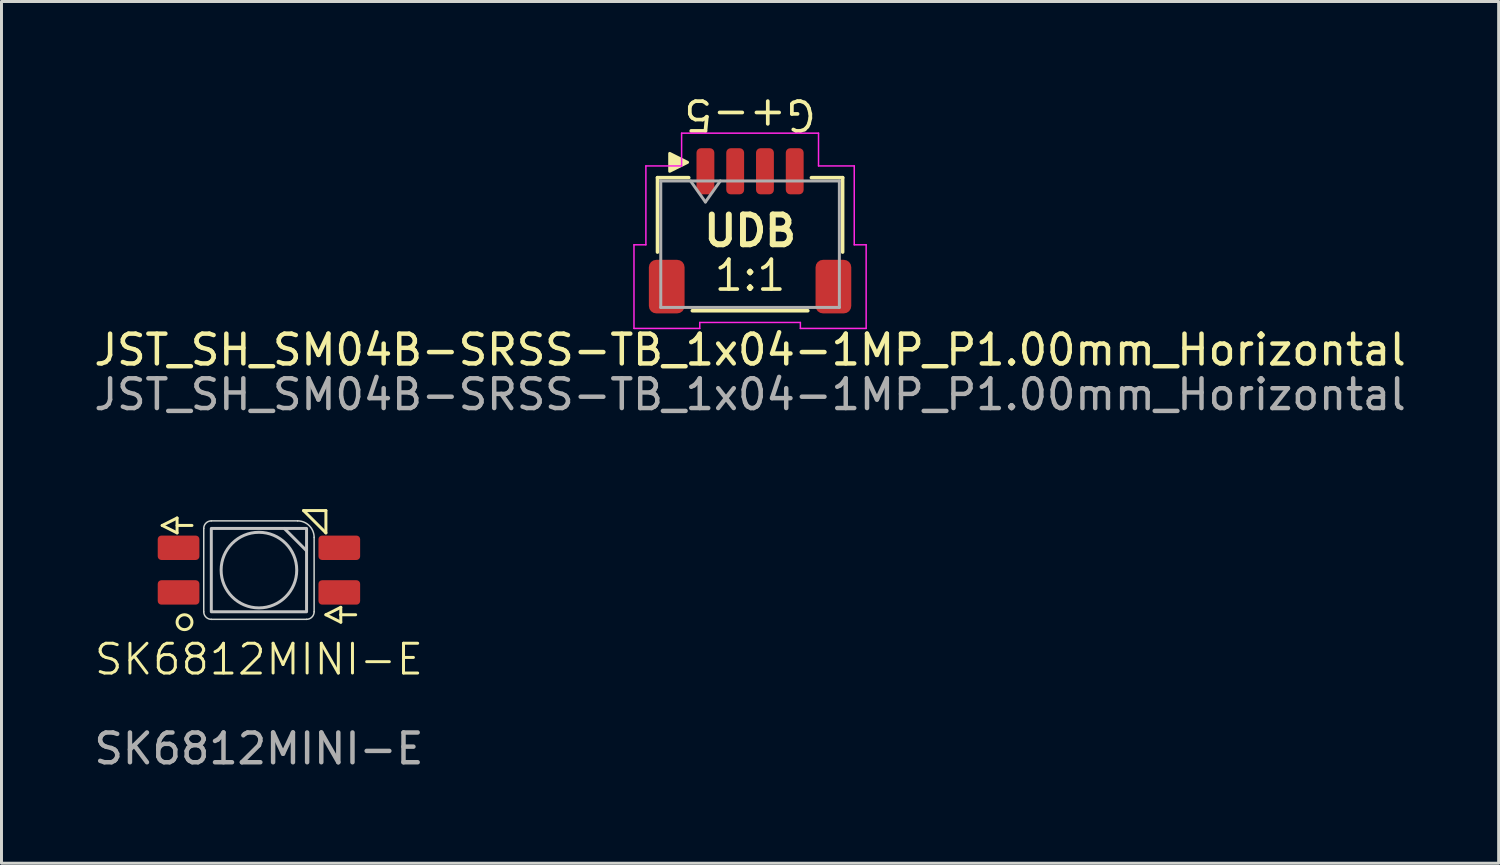
<source format=kicad_pcb>
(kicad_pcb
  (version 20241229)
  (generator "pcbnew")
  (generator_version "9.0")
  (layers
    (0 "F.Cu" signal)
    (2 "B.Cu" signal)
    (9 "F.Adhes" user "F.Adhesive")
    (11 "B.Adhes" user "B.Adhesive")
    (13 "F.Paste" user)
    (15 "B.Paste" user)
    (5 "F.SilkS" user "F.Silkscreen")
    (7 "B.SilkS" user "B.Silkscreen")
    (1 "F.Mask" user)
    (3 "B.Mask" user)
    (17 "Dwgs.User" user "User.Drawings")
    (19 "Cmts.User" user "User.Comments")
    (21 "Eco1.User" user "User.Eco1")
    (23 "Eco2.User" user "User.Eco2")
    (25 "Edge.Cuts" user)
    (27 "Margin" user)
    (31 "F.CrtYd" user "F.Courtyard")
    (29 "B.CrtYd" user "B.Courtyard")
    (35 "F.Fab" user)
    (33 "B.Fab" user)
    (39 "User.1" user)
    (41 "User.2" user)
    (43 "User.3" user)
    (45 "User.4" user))
  (footprint "SK6812MINI-E"
    (layer "F.Cu")
    (at 5.649 16.103)
    (property "Reference" "SK6812MINI-E" (at 0 3 0) (unlocked yes) (layer "F.SilkS") (effects (font (size 1 1) (thickness 0.1))))
    (attr through_hole)
    (fp_line (start -3.25 -1.5) (end -2.75 -1.75) (stroke (width 0.1) (type default)) (layer "F.SilkS"))
    (fp_line (start -2.75 -1.75) (end -2.75 -1.25) (stroke (width 0.1) (type default)) (layer "F.SilkS"))
    (fp_line (start -2.75 -1.5) (end -2.25 -1.5) (stroke (width 0.1) (type default)) (layer "F.SilkS"))
    (fp_line (start -2.75 -1.25) (end -3.25 -1.5) (stroke (width 0.1) (type default)) (layer "F.SilkS"))
    (fp_line (start 1.5 -2) (end 2.25 -1.25) (stroke (width 0.1) (type solid)) (layer "F.SilkS"))
    (fp_line (start 2.25 -2) (end 1.5 -2) (stroke (width 0.1) (type default)) (layer "F.SilkS"))
    (fp_line (start 2.25 -1.25) (end 2.25 -2) (stroke (width 0.1) (type default)) (layer "F.SilkS"))
    (fp_line (start 2.25 1.5) (end 2.75 1.75) (stroke (width 0.1) (type default)) (layer "F.SilkS"))
    (fp_line (start 2.75 1.25) (end 2.25 1.5) (stroke (width 0.1) (type default)) (layer "F.SilkS"))
    (fp_line (start 2.75 1.5) (end 2.75 1.25) (stroke (width 0.1) (type default)) (layer "F.SilkS"))
    (fp_line (start 2.75 1.75) (end 2.75 1.5) (stroke (width 0.1) (type default)) (layer "F.SilkS"))
    (fp_line (start 3.25 1.5) (end 2.75 1.5) (stroke (width 0.1) (type default)) (layer "F.SilkS"))
    (fp_circle (center -2.5 1.75) (end -2.25 1.75) (stroke (width 0.1) (type default)) (fill no) (layer "F.SilkS"))
    (fp_line (start 0.85 -1.4) (end 1.601 -0.649) (stroke (width 0.1) (type default)) (layer "Dwgs.User"))
    (fp_rect (start -1.6 -1.4) (end 1.6 1.4) (stroke (width 0.1) (type solid)) (fill no) (layer "Dwgs.User"))
    (fp_circle (center 0 0) (end 1.27 0) (stroke (width 0.1) (type solid)) (fill no) (layer "Dwgs.User"))
    (fp_line (start -1.854 -1.4) (end -1.854 1.4) (stroke (width 0.05) (type solid)) (layer "Edge.Cuts"))
    (fp_line (start -1.6 -1.654) (end 1.3 -1.654) (stroke (width 0.05) (type solid)) (layer "Edge.Cuts"))
    (fp_line (start -1.6 1.654) (end 1.6 1.654) (stroke (width 0.05) (type solid)) (layer "Edge.Cuts"))
    (fp_line (start 1.854 -1.1) (end 1.854 1.4) (stroke (width 0.05) (type solid)) (layer "Edge.Cuts"))
    (fp_arc (start -1.854 -1.4) (mid -1.779605 -1.579605) (end -1.6 -1.654) (stroke (width 0.05) (type default)) (layer "Edge.Cuts"))
    (fp_arc (start -1.6 1.654) (mid -1.779605 1.579605) (end -1.854 1.4) (stroke (width 0.05) (type default)) (layer "Edge.Cuts"))
    (fp_arc (start 1.3 -1.654138) (mid 1.691835 -1.491835) (end 1.854138 -1.1) (stroke (width 0.05) (type solid)) (layer "Edge.Cuts"))
    (fp_arc (start 1.854 1.4) (mid 1.779605 1.579605) (end 1.6 1.654) (stroke (width 0.05) (type default)) (layer "Edge.Cuts"))
    (fp_rect (start -1.9 -1.7) (end 1.9 1.7) (stroke (width 0.1) (type solid)) (fill no) (layer "Margin"))
    (fp_text user "${REFERENCE}" (at 0 6 0) (unlocked yes) (layer "F.Fab") (effects (font (size 1 1) (thickness 0.15))))
    (pad "1" smd roundrect (at -2.7 0.75) (size 1.4 0.82) (layers "F.Cu" "F.Mask" "F.Paste") (roundrect_rratio 0.15))
    (pad "2" smd roundrect (at -2.7 -0.75) (size 1.4 0.82) (layers "F.Cu" "F.Mask" "F.Paste") (roundrect_rratio 0.15))
    (pad "3" smd roundrect (at 2.7 -0.75) (size 1.4 0.82) (layers "F.Cu" "F.Mask" "F.Paste") (roundrect_rratio 0.15))
    (pad "4" smd roundrect (at 2.7 0.75) (size 1.4 0.82) (layers "F.Cu" "F.Mask" "F.Paste") (roundrect_rratio 0.15)))
  (footprint "JST_SH_SM04B-SRSS-TB_1x04-1MP_P1.00mm_Horizontal"
    (layer "F.Cu")
    (at 22.149 4.704)
    (property "Reference" "JST_SH_SM04B-SRSS-TB_1x04-1MP_P1.00mm_Horizontal" (at 0 4 0) (layer "F.SilkS") (effects (font (size 1 1) (thickness 0.15))))
    (attr smd)
    (fp_line (start -3.11 -1.785) (end -2.06 -1.785) (stroke (width 0.12) (type solid)) (layer "F.SilkS"))
    (fp_line (start -3.11 0.715) (end -3.11 -1.785) (stroke (width 0.12) (type solid)) (layer "F.SilkS"))
    (fp_line (start -1.94 2.685) (end 1.94 2.685) (stroke (width 0.12) (type solid)) (layer "F.SilkS"))
    (fp_line (start 3.11 -1.785) (end 2.06 -1.785) (stroke (width 0.12) (type solid)) (layer "F.SilkS"))
    (fp_line (start 3.11 0.715) (end 3.11 -1.785) (stroke (width 0.12) (type solid)) (layer "F.SilkS"))
    (fp_poly (pts (xy -2.1 -2.3) (xy -2.7 -2.6) (xy -2.7 -2)) (stroke (width 0.1) (type solid)) (fill yes) (layer "F.SilkS"))
    (fp_line (start -3.9 0.47) (end -3.5 0.47) (stroke (width 0.05) (type solid)) (layer "F.CrtYd"))
    (fp_line (start -3.9 3.28) (end -3.9 0.47) (stroke (width 0.05) (type solid)) (layer "F.CrtYd"))
    (fp_line (start -3.5 -2.18) (end -2.3 -2.18) (stroke (width 0.05) (type solid)) (layer "F.CrtYd"))
    (fp_line (start -3.5 0.47) (end -3.5 -2.18) (stroke (width 0.05) (type solid)) (layer "F.CrtYd"))
    (fp_line (start -2.3 -3.28) (end 2.3 -3.28) (stroke (width 0.05) (type solid)) (layer "F.CrtYd"))
    (fp_line (start -2.3 -2.18) (end -2.3 -3.28) (stroke (width 0.05) (type solid)) (layer "F.CrtYd"))
    (fp_line (start -1.69 3.08) (end -1.69 3.28) (stroke (width 0.05) (type solid)) (layer "F.CrtYd"))
    (fp_line (start -1.69 3.28) (end -3.9 3.28) (stroke (width 0.05) (type solid)) (layer "F.CrtYd"))
    (fp_line (start 1.69 3.08) (end -1.69 3.08) (stroke (width 0.05) (type solid)) (layer "F.CrtYd"))
    (fp_line (start 1.69 3.28) (end 1.69 3.08) (stroke (width 0.05) (type solid)) (layer "F.CrtYd"))
    (fp_line (start 2.3 -3.28) (end 2.3 -2.18) (stroke (width 0.05) (type solid)) (layer "F.CrtYd"))
    (fp_line (start 2.3 -2.18) (end 3.5 -2.18) (stroke (width 0.05) (type solid)) (layer "F.CrtYd"))
    (fp_line (start 3.5 -2.18) (end 3.5 0.47) (stroke (width 0.05) (type solid)) (layer "F.CrtYd"))
    (fp_line (start 3.5 0.47) (end 3.9 0.47) (stroke (width 0.05) (type solid)) (layer "F.CrtYd"))
    (fp_line (start 3.9 0.47) (end 3.9 3.28) (stroke (width 0.05) (type solid)) (layer "F.CrtYd"))
    (fp_line (start 3.9 3.28) (end 1.69 3.28) (stroke (width 0.05) (type solid)) (layer "F.CrtYd"))
    (fp_line (start -3 -1.675) (end -3 2.575) (stroke (width 0.1) (type solid)) (layer "F.Fab"))
    (fp_line (start -3 -1.675) (end 3 -1.675) (stroke (width 0.1) (type solid)) (layer "F.Fab"))
    (fp_line (start -3 2.575) (end 3 2.575) (stroke (width 0.1) (type solid)) (layer "F.Fab"))
    (fp_line (start -2 -1.675) (end -1.5 -0.968) (stroke (width 0.1) (type solid)) (layer "F.Fab"))
    (fp_line (start -1.5 -0.968) (end -1 -1.675) (stroke (width 0.1) (type solid)) (layer "F.Fab"))
    (fp_line (start 3 -1.675) (end 3 2.575) (stroke (width 0.1) (type solid)) (layer "F.Fab"))
    (fp_text user "G+-5" (at 0 -3.9 180) (unlocked yes) (layer "F.SilkS") (effects (font (size 1 1) (thickness 0.125))))
    (fp_text user "UDB" (at 0 0 0) (unlocked yes) (layer "F.SilkS") (effects (font (size 1 1) (thickness 0.2) (bold yes))))
    (fp_text user "1:1" (at 0 1.5 0) (unlocked yes) (layer "F.SilkS") (effects (font (size 1 1) (thickness 0.125))))
    (fp_text user "${REFERENCE}" (at 0 5.5 0) (layer "F.Fab") (effects (font (size 1 1) (thickness 0.15))))
    (pad "1" smd roundrect (at -1.5 -2) (size 0.6 1.55) (layers "F.Cu" "F.Mask" "F.Paste") (roundrect_rratio 0.25))
    (pad "2" smd roundrect (at -0.5 -2) (size 0.6 1.55) (layers "F.Cu" "F.Mask" "F.Paste") (roundrect_rratio 0.25))
    (pad "3" smd roundrect (at 0.5 -2) (size 0.6 1.55) (layers "F.Cu" "F.Mask" "F.Paste") (roundrect_rratio 0.25))
    (pad "4" smd roundrect (at 1.5 -2) (size 0.6 1.55) (layers "F.Cu" "F.Mask" "F.Paste") (roundrect_rratio 0.25))
    (pad "MP" smd roundrect (at -2.8 1.875) (size 1.2 1.8) (layers "F.Cu" "F.Mask" "F.Paste") (roundrect_rratio 0.208))
    (pad "MP" smd roundrect (at 2.8 1.875) (size 1.2 1.8) (layers "F.Cu" "F.Mask" "F.Paste") (roundrect_rratio 0.208)))
  (gr_rect
    (start -3 -3)
    (end 47.298 25.951)
    (stroke (width 0.1) (type default))
    (fill no)
    (layer "Edge.Cuts")))
</source>
